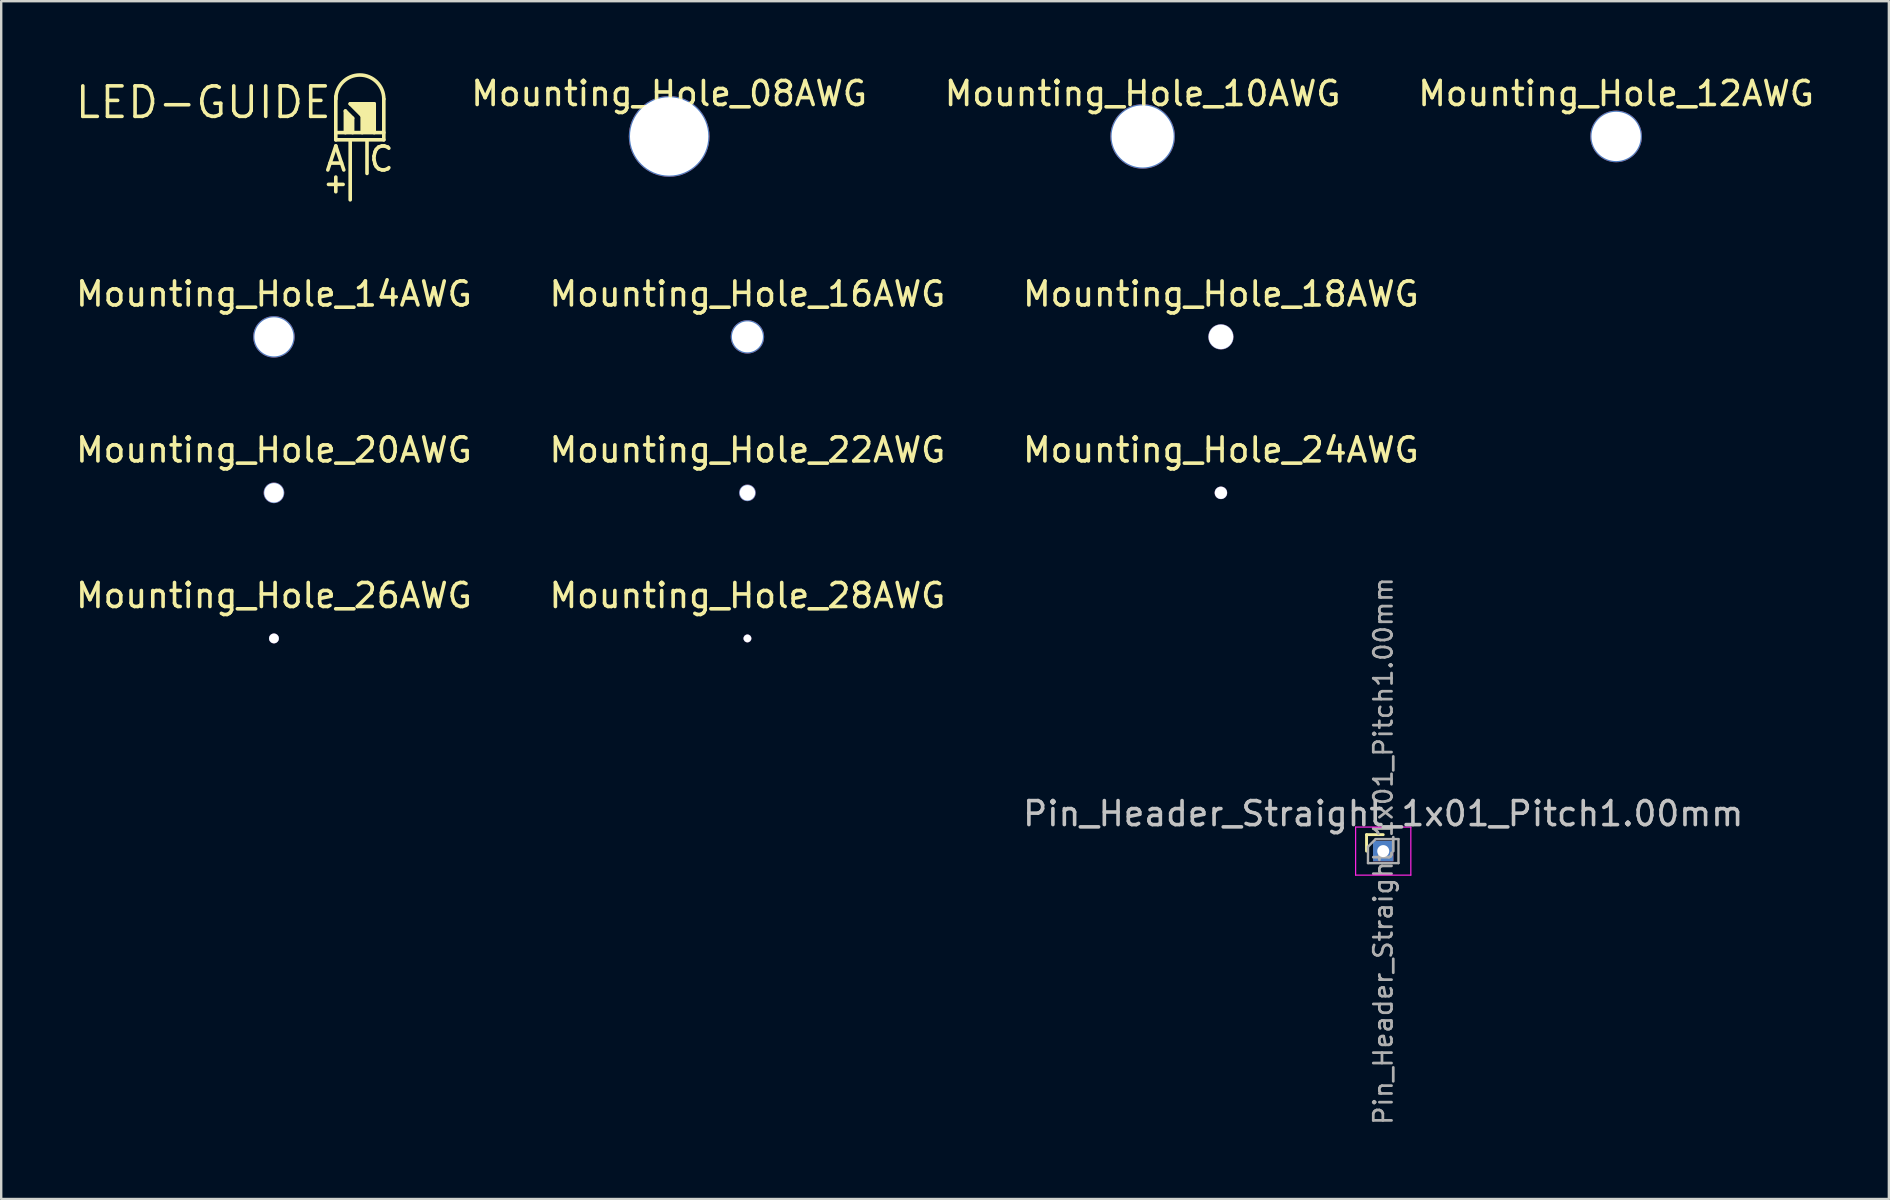
<source format=kicad_pcb>
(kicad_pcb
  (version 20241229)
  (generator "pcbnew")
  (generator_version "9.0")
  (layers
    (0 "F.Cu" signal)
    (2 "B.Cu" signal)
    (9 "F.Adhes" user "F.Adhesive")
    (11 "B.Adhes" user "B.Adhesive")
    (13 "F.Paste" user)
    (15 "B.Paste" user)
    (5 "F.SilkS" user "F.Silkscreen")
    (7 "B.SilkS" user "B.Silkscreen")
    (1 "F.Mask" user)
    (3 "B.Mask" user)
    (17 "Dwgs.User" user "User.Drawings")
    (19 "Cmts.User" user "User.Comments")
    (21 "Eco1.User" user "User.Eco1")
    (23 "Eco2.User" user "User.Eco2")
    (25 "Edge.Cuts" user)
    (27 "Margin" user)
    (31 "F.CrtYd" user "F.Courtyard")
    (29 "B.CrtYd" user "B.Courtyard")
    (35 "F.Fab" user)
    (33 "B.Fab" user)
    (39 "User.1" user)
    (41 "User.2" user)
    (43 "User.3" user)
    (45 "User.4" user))
  (footprint "Mounting_Hole_10AWG"
    (layer "F.Cu")
    (at 44.554 0.348)
    (property "Reference" "Mounting_Hole_10AWG" (at 0 0.5 0) (layer "F.SilkS") (effects (font (size 1 1) (thickness 0.15))))
    (attr through_hole)
    (pad "1" thru_hole circle (at 0 2.286) (size 2.688 2.688) (drill 2.588) (layers "*.Mask" "F.Cu")))
  (footprint "Pin_Header_Straight_1x01_Pitch1.00mm"
    (layer "F.Cu")
    (at 54.577 32.408)
    (property "Reference" "Pin_Header_Straight_1x01_Pitch1.00mm" (at 0 -1.56 0) (layer "Dwgs.User") (effects (font (size 1 1) (thickness 0.15))))
    (attr through_hole)
    (fp_line (start -0.695 -0.685) (end 0 -0.685) (stroke (width 0.12) (type solid)) (layer "F.SilkS"))
    (fp_line (start -0.695 0) (end -0.695 -0.685) (stroke (width 0.12) (type solid)) (layer "F.SilkS"))
    (fp_line (start -1.15 -1) (end -1.15 1) (stroke (width 0.05) (type solid)) (layer "F.CrtYd"))
    (fp_line (start -1.15 1) (end 1.15 1) (stroke (width 0.05) (type solid)) (layer "F.CrtYd"))
    (fp_line (start 1.15 -1) (end -1.15 -1) (stroke (width 0.05) (type solid)) (layer "F.CrtYd"))
    (fp_line (start 1.15 1) (end 1.15 -1) (stroke (width 0.05) (type solid)) (layer "F.CrtYd"))
    (fp_line (start -0.635 -0.182) (end -0.318 -0.5) (stroke (width 0.1) (type solid)) (layer "F.Fab"))
    (fp_line (start -0.635 0.5) (end -0.635 -0.182) (stroke (width 0.1) (type solid)) (layer "F.Fab"))
    (fp_line (start -0.318 -0.5) (end 0.635 -0.5) (stroke (width 0.1) (type solid)) (layer "F.Fab"))
    (fp_line (start 0.635 -0.5) (end 0.635 0.5) (stroke (width 0.1) (type solid)) (layer "F.Fab"))
    (fp_line (start 0.635 0.5) (end -0.635 0.5) (stroke (width 0.1) (type solid)) (layer "F.Fab"))
    (fp_text user "${REFERENCE}" (at 0 0 90) (layer "F.Fab") (effects (font (size 0.76 0.76) (thickness 0.114))))
    (pad "1" thru_hole rect (at 0 0) (size 0.85 0.85) (drill 0.5) (layers "*.Cu" "*.Mask")))
  (footprint "Mounting_Hole_26AWG"
    (layer "F.Cu")
    (at 8.363 21.262)
    (property "Reference" "Mounting_Hole_26AWG" (at 0 0.5 0) (layer "F.SilkS") (effects (font (size 1 1) (thickness 0.15))))
    (attr through_hole)
    (pad "1" thru_hole circle (at 0 2.286) (size 0.415 0.415) (drill 0.405) (layers "*.Mask" "F.Cu")))
  (footprint "Mounting_Hole_22AWG"
    (layer "F.Cu")
    (at 28.089 15.196)
    (property "Reference" "Mounting_Hole_22AWG" (at 0 0.5 0) (layer "F.SilkS") (effects (font (size 1 1) (thickness 0.15))))
    (attr through_hole)
    (pad "1" thru_hole circle (at 0 2.286) (size 0.694 0.694) (drill 0.644) (layers "*.Mask" "F.Cu")))
  (footprint "LED-GUIDE"
    (layer "F.Cu")
    (at 12.34 3.375)
    (property "Reference" "LED-GUIDE" (at -1.5 -2.9 0) (layer "F.SilkS") (effects (font (size 1.27 1.27) (thickness 0.15)) (justify right top)))
    (attr through_hole)
    (fp_line (start -1.4 -0.6) (end -1.4 -2.4) (stroke (width 0.15) (type solid)) (layer "F.SilkS"))
    (fp_line (start -1.4 -0.6) (end 0.6 -0.6) (stroke (width 0.15) (type solid)) (layer "F.SilkS"))
    (fp_line (start -1 -1.8) (end -0.7 -1.5) (stroke (width 0.15) (type solid)) (layer "F.SilkS"))
    (fp_line (start -1 -0.9) (end -1 -1.8) (stroke (width 0.15) (type solid)) (layer "F.SilkS"))
    (fp_line (start -0.8 -2.1) (end -0.3 -1.6) (stroke (width 0.15) (type solid)) (layer "F.SilkS"))
    (fp_line (start -0.8 -2.1) (end 0.2 -2.1) (stroke (width 0.15) (type solid)) (layer "F.SilkS"))
    (fp_line (start -0.8 -0.6) (end -0.8 1.9) (stroke (width 0.15) (type solid)) (layer "F.SilkS"))
    (fp_line (start -0.7 -1.5) (end -0.7 -0.9) (stroke (width 0.15) (type solid)) (layer "F.SilkS"))
    (fp_line (start -0.3 -1.6) (end -0.3 -0.9) (stroke (width 0.15) (type solid)) (layer "F.SilkS"))
    (fp_line (start -0.1 -0.6) (end -0.1 0.8) (stroke (width 0.15) (type solid)) (layer "F.SilkS"))
    (fp_line (start 0.2 -2.1) (end 0.2 -0.9) (stroke (width 0.15) (type solid)) (layer "F.SilkS"))
    (fp_line (start 0.6 -2.3) (end 0.6 -0.6) (stroke (width 0.15) (type solid)) (layer "F.SilkS"))
    (fp_line (start 0.6 -0.9) (end -1.4 -0.9) (stroke (width 0.15) (type solid)) (layer "F.SilkS"))
    (fp_arc (start -1.4 -2.3) (mid -0.4 -3.3) (end 0.6 -2.3) (stroke (width 0.15) (type solid)) (layer "F.SilkS"))
    (fp_poly (pts (xy -1 -1.8) (xy -0.7 -1.5) (xy -0.7 -0.9) (xy -1 -0.9)) (stroke (width 0) (type solid)) (fill yes) (layer "F.SilkS"))
    (fp_poly (pts (xy -0.8 -2.1) (xy 0.2 -2.1) (xy 0.2 -0.9) (xy -0.3 -0.9) (xy -0.3 -1.5)) (stroke (width 0) (type solid)) (fill yes) (layer "F.SilkS"))
    (fp_text user "C" (at 0.5 0.2 0) (layer "F.SilkS") (effects (font (size 1 1) (thickness 0.15))))
    (fp_text user "+" (at -1.4 1.2 0) (layer "F.SilkS") (effects (font (size 0.8 0.8) (thickness 0.15))))
    (fp_text user "A" (at -1.4 0.2 0) (layer "F.SilkS") (effects (font (size 1 1) (thickness 0.15)))))
  (footprint "Mounting_Hole_20AWG"
    (layer "F.Cu")
    (at 8.363 15.196)
    (property "Reference" "Mounting_Hole_20AWG" (at 0 0.5 0) (layer "F.SilkS") (effects (font (size 1 1) (thickness 0.15))))
    (attr through_hole)
    (pad "1" thru_hole circle (at 0 2.286) (size 0.862 0.862) (drill 0.812) (layers "*.Mask" "F.Cu")))
  (footprint "Mounting_Hole_08AWG"
    (layer "F.Cu")
    (at 24.828 0.348)
    (property "Reference" "Mounting_Hole_08AWG" (at 0 0.5 0) (layer "F.SilkS") (effects (font (size 1 1) (thickness 0.15))))
    (attr through_hole)
    (pad "1" thru_hole circle (at 0 2.286) (size 3.364 3.364) (drill 3.264) (layers "*.Mask" "F.Cu")))
  (footprint "Mounting_Hole_18AWG"
    (layer "F.Cu")
    (at 47.815 8.698)
    (property "Reference" "Mounting_Hole_18AWG" (at 0 0.5 0) (layer "F.SilkS") (effects (font (size 1 1) (thickness 0.15))))
    (attr through_hole)
    (pad "1" thru_hole circle (at 0 2.286) (size 1.054 1.054) (drill 1.024) (layers "*.Mask" "F.Cu")))
  (footprint "Mounting_Hole_12AWG"
    (layer "F.Cu")
    (at 64.28 0.348)
    (property "Reference" "Mounting_Hole_12AWG" (at 0 0.5 0) (layer "F.SilkS") (effects (font (size 1 1) (thickness 0.15))))
    (attr through_hole)
    (pad "1" thru_hole circle (at 0 2.286) (size 2.152 2.152) (drill 2.053) (layers "*.Mask" "F.Cu")))
  (footprint "Mounting_Hole_16AWG"
    (layer "F.Cu")
    (at 28.089 8.698)
    (property "Reference" "Mounting_Hole_16AWG" (at 0 0.5 0) (layer "F.SilkS") (effects (font (size 1 1) (thickness 0.15))))
    (attr through_hole)
    (pad "1" thru_hole circle (at 0 2.286) (size 1.391 1.391) (drill 1.291) (layers "*.Mask" "F.Cu")))
  (footprint "Mounting_Hole_28AWG"
    (layer "F.Cu")
    (at 28.089 21.262)
    (property "Reference" "Mounting_Hole_28AWG" (at 0 0.5 0) (layer "F.SilkS") (effects (font (size 1 1) (thickness 0.15))))
    (attr through_hole)
    (pad "1" thru_hole circle (at 0 2.286) (size 0.331 0.331) (drill 0.321) (layers "*.Mask" "F.Cu")))
  (footprint "Mounting_Hole_14AWG"
    (layer "F.Cu")
    (at 8.363 8.698)
    (property "Reference" "Mounting_Hole_14AWG" (at 0 0.5 0) (layer "F.SilkS") (effects (font (size 1 1) (thickness 0.15))))
    (attr through_hole)
    (pad "1" thru_hole circle (at 0 2.286) (size 1.728 1.728) (drill 1.628) (layers "*.Mask" "F.Cu")))
  (footprint "Mounting_Hole_24AWG"
    (layer "F.Cu")
    (at 47.815 15.196)
    (property "Reference" "Mounting_Hole_24AWG" (at 0 0.5 0) (layer "F.SilkS") (effects (font (size 1 1) (thickness 0.15))))
    (attr through_hole)
    (pad "1" thru_hole circle (at 0 2.286) (size 0.526 0.526) (drill 0.511) (layers "*.Mask" "F.Cu")))
  (gr_rect
    (start -3 -3)
    (end 75.643 46.903)
    (stroke (width 0.1) (type default))
    (fill no)
    (layer "Edge.Cuts")))
</source>
